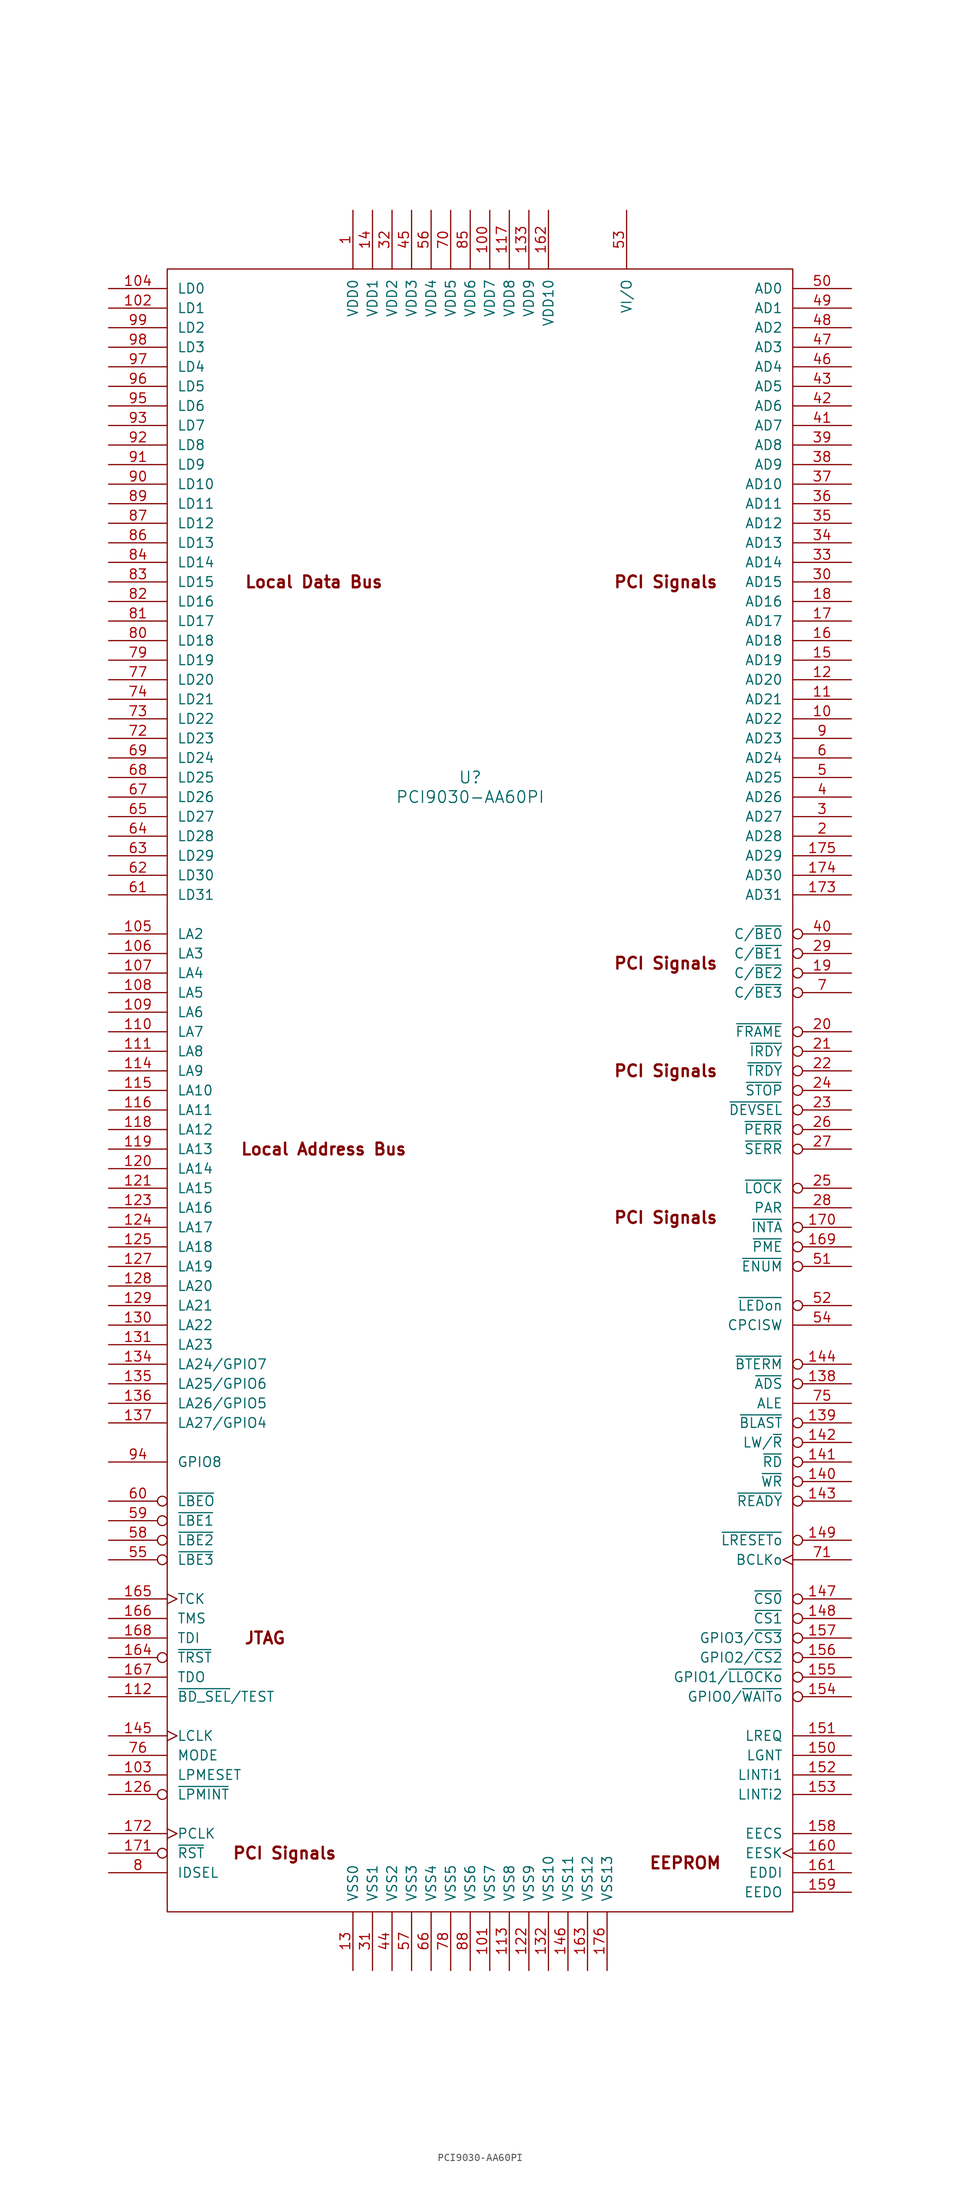
<source format=kicad_sym>
(kicad_symbol_lib
  (version 20230620)
  (generator kicad_symbol_editor)
  (symbol "PCI9030-AA60PI"
    (pin_names
      (offset 1.27))
    (property "Reference" "U"
      (at 46.99 -63.5 0)
      (effects (font (size 1.524 1.524))))
    (property "Value" "PCI9030-AA60PI"
      (at 46.99 -66.04 0)
      (effects (font (size 1.524 1.524))))
    (symbol "PCI9030-AA60PI_0_0"
      (text "EEPROM" (at 74.93 -204.47 0) (effects (font (size 1.524 1.524) bold)))
      (text "JTAG" (at 20.32 -175.26 0) (effects (font (size 1.524 1.524) bold)))
      (text "Local Address Bus" (at 27.94 -111.76 0) (effects (font (size 1.524 1.524) bold)))
      (text "Local Data Bus" (at 26.67 -38.1 0) (effects (font (size 1.524 1.524) bold)))
      (text "PCI Signals" (at 22.86 -203.2 0) (effects (font (size 1.524 1.524) bold)))
      (text "PCI Signals" (at 72.39 -120.65 0) (effects (font (size 1.524 1.524) bold)))
      (text "PCI Signals" (at 72.39 -101.6 0) (effects (font (size 1.524 1.524) bold)))
      (text "PCI Signals" (at 72.39 -87.63 0) (effects (font (size 1.524 1.524) bold)))
      (text "PCI Signals" (at 72.39 -38.1 0) (effects (font (size 1.524 1.524) bold))))
    (symbol "PCI9030-AA60PI_0_1"
      (rectangle (start 7.62 2.54) (end 88.9 -210.82) (stroke (width 0) (type default)) (fill (type none)))
      (rectangle (start 88.9 -210.82) (end 88.9 -210.82) (stroke (width 0) (type default)) (fill (type none))))
    (symbol "PCI9030-AA60PI_1_1"
      (pin power_in line (at 31.75 10.16 270) (length 7.62) (name "VDD0" (effects (font (size 1.27 1.27)))) (number "1" (effects (font (size 1.27 1.27)))))
      (pin bidirectional line (at 96.52 -55.88 180) (length 7.62) (name "AD22" (effects (font (size 1.27 1.27)))) (number "10" (effects (font (size 1.27 1.27)))))
      (pin power_in line (at 49.53 10.16 270) (length 7.62) (name "VDD7" (effects (font (size 1.27 1.27)))) (number "100" (effects (font (size 1.27 1.27)))))
      (pin power_in line (at 49.53 -218.44 90) (length 7.62) (name "VSS7" (effects (font (size 1.27 1.27)))) (number "101" (effects (font (size 1.27 1.27)))))
      (pin bidirectional line (at 0 -2.54 0) (length 7.62) (name "LD1" (effects (font (size 1.27 1.27)))) (number "102" (effects (font (size 1.27 1.27)))))
      (pin input line (at 0 -193.04 0) (length 7.62) (name "LPMESET" (effects (font (size 1.27 1.27)))) (number "103" (effects (font (size 1.27 1.27)))))
      (pin bidirectional line (at 0 0 0) (length 7.62) (name "LD0" (effects (font (size 1.27 1.27)))) (number "104" (effects (font (size 1.27 1.27)))))
      (pin output line (at 0 -83.82 0) (length 7.62) (name "LA2" (effects (font (size 1.27 1.27)))) (number "105" (effects (font (size 1.27 1.27)))))
      (pin output line (at 0 -86.36 0) (length 7.62) (name "LA3" (effects (font (size 1.27 1.27)))) (number "106" (effects (font (size 1.27 1.27)))))
      (pin output line (at 0 -88.9 0) (length 7.62) (name "LA4" (effects (font (size 1.27 1.27)))) (number "107" (effects (font (size 1.27 1.27)))))
      (pin output line (at 0 -91.44 0) (length 7.62) (name "LA5" (effects (font (size 1.27 1.27)))) (number "108" (effects (font (size 1.27 1.27)))))
      (pin output line (at 0 -93.98 0) (length 7.62) (name "LA6" (effects (font (size 1.27 1.27)))) (number "109" (effects (font (size 1.27 1.27)))))
      (pin bidirectional line (at 96.52 -53.34 180) (length 7.62) (name "AD21" (effects (font (size 1.27 1.27)))) (number "11" (effects (font (size 1.27 1.27)))))
      (pin output line (at 0 -96.52 0) (length 7.62) (name "LA7" (effects (font (size 1.27 1.27)))) (number "110" (effects (font (size 1.27 1.27)))))
      (pin output line (at 0 -99.06 0) (length 7.62) (name "LA8" (effects (font (size 1.27 1.27)))) (number "111" (effects (font (size 1.27 1.27)))))
      (pin input line (at 0 -182.88 0) (length 7.62) (name "~{BD_SEL}/TEST" (effects (font (size 1.27 1.27)))) (number "112" (effects (font (size 1.27 1.27)))))
      (pin power_in line (at 52.07 -218.44 90) (length 7.62) (name "VSS8" (effects (font (size 1.27 1.27)))) (number "113" (effects (font (size 1.27 1.27)))))
      (pin output line (at 0 -101.6 0) (length 7.62) (name "LA9" (effects (font (size 1.27 1.27)))) (number "114" (effects (font (size 1.27 1.27)))))
      (pin output line (at 0 -104.14 0) (length 7.62) (name "LA10" (effects (font (size 1.27 1.27)))) (number "115" (effects (font (size 1.27 1.27)))))
      (pin output line (at 0 -106.68 0) (length 7.62) (name "LA11" (effects (font (size 1.27 1.27)))) (number "116" (effects (font (size 1.27 1.27)))))
      (pin power_in line (at 52.07 10.16 270) (length 7.62) (name "VDD8" (effects (font (size 1.27 1.27)))) (number "117" (effects (font (size 1.27 1.27)))))
      (pin output line (at 0 -109.22 0) (length 7.62) (name "LA12" (effects (font (size 1.27 1.27)))) (number "118" (effects (font (size 1.27 1.27)))))
      (pin output line (at 0 -111.76 0) (length 7.62) (name "LA13" (effects (font (size 1.27 1.27)))) (number "119" (effects (font (size 1.27 1.27)))))
      (pin bidirectional line (at 96.52 -50.8 180) (length 7.62) (name "AD20" (effects (font (size 1.27 1.27)))) (number "12" (effects (font (size 1.27 1.27)))))
      (pin output line (at 0 -114.3 0) (length 7.62) (name "LA14" (effects (font (size 1.27 1.27)))) (number "120" (effects (font (size 1.27 1.27)))))
      (pin output line (at 0 -116.84 0) (length 7.62) (name "LA15" (effects (font (size 1.27 1.27)))) (number "121" (effects (font (size 1.27 1.27)))))
      (pin power_in line (at 54.61 -218.44 90) (length 7.62) (name "VSS9" (effects (font (size 1.27 1.27)))) (number "122" (effects (font (size 1.27 1.27)))))
      (pin output line (at 0 -119.38 0) (length 7.62) (name "LA16" (effects (font (size 1.27 1.27)))) (number "123" (effects (font (size 1.27 1.27)))))
      (pin output line (at 0 -121.92 0) (length 7.62) (name "LA17" (effects (font (size 1.27 1.27)))) (number "124" (effects (font (size 1.27 1.27)))))
      (pin output line (at 0 -124.46 0) (length 7.62) (name "LA18" (effects (font (size 1.27 1.27)))) (number "125" (effects (font (size 1.27 1.27)))))
      (pin output inverted (at 0 -195.58 0) (length 7.62) (name "~{LPMINT}" (effects (font (size 1.27 1.27)))) (number "126" (effects (font (size 1.27 1.27)))))
      (pin output line (at 0 -127 0) (length 7.62) (name "LA19" (effects (font (size 1.27 1.27)))) (number "127" (effects (font (size 1.27 1.27)))))
      (pin output line (at 0 -129.54 0) (length 7.62) (name "LA20" (effects (font (size 1.27 1.27)))) (number "128" (effects (font (size 1.27 1.27)))))
      (pin output line (at 0 -132.08 0) (length 7.62) (name "LA21" (effects (font (size 1.27 1.27)))) (number "129" (effects (font (size 1.27 1.27)))))
      (pin power_in line (at 31.75 -218.44 90) (length 7.62) (name "VSS0" (effects (font (size 1.27 1.27)))) (number "13" (effects (font (size 1.27 1.27)))))
      (pin output line (at 0 -134.62 0) (length 7.62) (name "LA22" (effects (font (size 1.27 1.27)))) (number "130" (effects (font (size 1.27 1.27)))))
      (pin output line (at 0 -137.16 0) (length 7.62) (name "LA23" (effects (font (size 1.27 1.27)))) (number "131" (effects (font (size 1.27 1.27)))))
      (pin power_in line (at 57.15 -218.44 90) (length 7.62) (name "VSS10" (effects (font (size 1.27 1.27)))) (number "132" (effects (font (size 1.27 1.27)))))
      (pin power_in line (at 54.61 10.16 270) (length 7.62) (name "VDD9" (effects (font (size 1.27 1.27)))) (number "133" (effects (font (size 1.27 1.27)))))
      (pin output line (at 0 -139.7 0) (length 7.62) (name "LA24/GPIO7" (effects (font (size 1.27 1.27)))) (number "134" (effects (font (size 1.27 1.27)))))
      (pin output line (at 0 -142.24 0) (length 7.62) (name "LA25/GPIO6" (effects (font (size 1.27 1.27)))) (number "135" (effects (font (size 1.27 1.27)))))
      (pin output line (at 0 -144.78 0) (length 7.62) (name "LA26/GPIO5" (effects (font (size 1.27 1.27)))) (number "136" (effects (font (size 1.27 1.27)))))
      (pin output line (at 0 -147.32 0) (length 7.62) (name "LA27/GPIO4" (effects (font (size 1.27 1.27)))) (number "137" (effects (font (size 1.27 1.27)))))
      (pin output inverted (at 96.52 -142.24 180) (length 7.62) (name "~{ADS}" (effects (font (size 1.27 1.27)))) (number "138" (effects (font (size 1.27 1.27)))))
      (pin output inverted (at 96.52 -147.32 180) (length 7.62) (name "~{BLAST}" (effects (font (size 1.27 1.27)))) (number "139" (effects (font (size 1.27 1.27)))))
      (pin power_in line (at 34.29 10.16 270) (length 7.62) (name "VDD1" (effects (font (size 1.27 1.27)))) (number "14" (effects (font (size 1.27 1.27)))))
      (pin output inverted (at 96.52 -154.94 180) (length 7.62) (name "~{WR}" (effects (font (size 1.27 1.27)))) (number "140" (effects (font (size 1.27 1.27)))))
      (pin output inverted (at 96.52 -152.4 180) (length 7.62) (name "~{RD}" (effects (font (size 1.27 1.27)))) (number "141" (effects (font (size 1.27 1.27)))))
      (pin output inverted (at 96.52 -149.86 180) (length 7.62) (name "LW/~{R}" (effects (font (size 1.27 1.27)))) (number "142" (effects (font (size 1.27 1.27)))))
      (pin input inverted (at 96.52 -157.48 180) (length 7.62) (name "~{READY}" (effects (font (size 1.27 1.27)))) (number "143" (effects (font (size 1.27 1.27)))))
      (pin input inverted (at 96.52 -139.7 180) (length 7.62) (name "~{BTERM}" (effects (font (size 1.27 1.27)))) (number "144" (effects (font (size 1.27 1.27)))))
      (pin input clock (at 0 -187.96 0) (length 7.62) (name "LCLK" (effects (font (size 1.27 1.27)))) (number "145" (effects (font (size 1.27 1.27)))))
      (pin power_in line (at 59.69 -218.44 90) (length 7.62) (name "VSS11" (effects (font (size 1.27 1.27)))) (number "146" (effects (font (size 1.27 1.27)))))
      (pin output inverted (at 96.52 -170.18 180) (length 7.62) (name "~{CS0}" (effects (font (size 1.27 1.27)))) (number "147" (effects (font (size 1.27 1.27)))))
      (pin output inverted (at 96.52 -172.72 180) (length 7.62) (name "~{CS1}" (effects (font (size 1.27 1.27)))) (number "148" (effects (font (size 1.27 1.27)))))
      (pin output inverted (at 96.52 -162.56 180) (length 7.62) (name "~{LRESETo}" (effects (font (size 1.27 1.27)))) (number "149" (effects (font (size 1.27 1.27)))))
      (pin bidirectional line (at 96.52 -48.26 180) (length 7.62) (name "AD19" (effects (font (size 1.27 1.27)))) (number "15" (effects (font (size 1.27 1.27)))))
      (pin output line (at 96.52 -190.5 180) (length 7.62) (name "LGNT" (effects (font (size 1.27 1.27)))) (number "150" (effects (font (size 1.27 1.27)))))
      (pin input line (at 96.52 -187.96 180) (length 7.62) (name "LREQ" (effects (font (size 1.27 1.27)))) (number "151" (effects (font (size 1.27 1.27)))))
      (pin input line (at 96.52 -193.04 180) (length 7.62) (name "LINTi1" (effects (font (size 1.27 1.27)))) (number "152" (effects (font (size 1.27 1.27)))))
      (pin input line (at 96.52 -195.58 180) (length 7.62) (name "LINTi2" (effects (font (size 1.27 1.27)))) (number "153" (effects (font (size 1.27 1.27)))))
      (pin bidirectional inverted (at 96.52 -182.88 180) (length 7.62) (name "GPIO0/~{WAITo}" (effects (font (size 1.27 1.27)))) (number "154" (effects (font (size 1.27 1.27)))))
      (pin bidirectional inverted (at 96.52 -180.34 180) (length 7.62) (name "GPIO1/~{LLOCKo}" (effects (font (size 1.27 1.27)))) (number "155" (effects (font (size 1.27 1.27)))))
      (pin bidirectional inverted (at 96.52 -177.8 180) (length 7.62) (name "GPIO2/~{CS2}" (effects (font (size 1.27 1.27)))) (number "156" (effects (font (size 1.27 1.27)))))
      (pin bidirectional inverted (at 96.52 -175.26 180) (length 7.62) (name "GPIO3/~{CS3}" (effects (font (size 1.27 1.27)))) (number "157" (effects (font (size 1.27 1.27)))))
      (pin output line (at 96.52 -200.66 180) (length 7.62) (name "EECS" (effects (font (size 1.27 1.27)))) (number "158" (effects (font (size 1.27 1.27)))))
      (pin input line (at 96.52 -208.28 180) (length 7.62) (name "EEDO" (effects (font (size 1.27 1.27)))) (number "159" (effects (font (size 1.27 1.27)))))
      (pin bidirectional line (at 96.52 -45.72 180) (length 7.62) (name "AD18" (effects (font (size 1.27 1.27)))) (number "16" (effects (font (size 1.27 1.27)))))
      (pin output clock (at 96.52 -203.2 180) (length 7.62) (name "EESK" (effects (font (size 1.27 1.27)))) (number "160" (effects (font (size 1.27 1.27)))))
      (pin output line (at 96.52 -205.74 180) (length 7.62) (name "EDDI" (effects (font (size 1.27 1.27)))) (number "161" (effects (font (size 1.27 1.27)))))
      (pin power_in line (at 57.15 10.16 270) (length 7.62) (name "VDD10" (effects (font (size 1.27 1.27)))) (number "162" (effects (font (size 1.27 1.27)))))
      (pin power_in line (at 62.23 -218.44 90) (length 7.62) (name "VSS12" (effects (font (size 1.27 1.27)))) (number "163" (effects (font (size 1.27 1.27)))))
      (pin input inverted (at 0 -177.8 0) (length 7.62) (name "~{TRST}" (effects (font (size 1.27 1.27)))) (number "164" (effects (font (size 1.27 1.27)))))
      (pin input clock (at 0 -170.18 0) (length 7.62) (name "TCK" (effects (font (size 1.27 1.27)))) (number "165" (effects (font (size 1.27 1.27)))))
      (pin input line (at 0 -172.72 0) (length 7.62) (name "TMS" (effects (font (size 1.27 1.27)))) (number "166" (effects (font (size 1.27 1.27)))))
      (pin output line (at 0 -180.34 0) (length 7.62) (name "TDO" (effects (font (size 1.27 1.27)))) (number "167" (effects (font (size 1.27 1.27)))))
      (pin input line (at 0 -175.26 0) (length 7.62) (name "TDI" (effects (font (size 1.27 1.27)))) (number "168" (effects (font (size 1.27 1.27)))))
      (pin output inverted (at 96.52 -124.46 180) (length 7.62) (name "~{PME}" (effects (font (size 1.27 1.27)))) (number "169" (effects (font (size 1.27 1.27)))))
      (pin bidirectional line (at 96.52 -43.18 180) (length 7.62) (name "AD17" (effects (font (size 1.27 1.27)))) (number "17" (effects (font (size 1.27 1.27)))))
      (pin output inverted (at 96.52 -121.92 180) (length 7.62) (name "~{INTA}" (effects (font (size 1.27 1.27)))) (number "170" (effects (font (size 1.27 1.27)))))
      (pin input inverted (at 0 -203.2 0) (length 7.62) (name "~{RST}" (effects (font (size 1.27 1.27)))) (number "171" (effects (font (size 1.27 1.27)))))
      (pin input clock (at 0 -200.66 0) (length 7.62) (name "PCLK" (effects (font (size 1.27 1.27)))) (number "172" (effects (font (size 1.27 1.27)))))
      (pin bidirectional line (at 96.52 -78.74 180) (length 7.62) (name "AD31" (effects (font (size 1.27 1.27)))) (number "173" (effects (font (size 1.27 1.27)))))
      (pin bidirectional line (at 96.52 -76.2 180) (length 7.62) (name "AD30" (effects (font (size 1.27 1.27)))) (number "174" (effects (font (size 1.27 1.27)))))
      (pin bidirectional line (at 96.52 -73.66 180) (length 7.62) (name "AD29" (effects (font (size 1.27 1.27)))) (number "175" (effects (font (size 1.27 1.27)))))
      (pin power_in line (at 64.77 -218.44 90) (length 7.62) (name "VSS13" (effects (font (size 1.27 1.27)))) (number "176" (effects (font (size 1.27 1.27)))))
      (pin bidirectional line (at 96.52 -40.64 180) (length 7.62) (name "AD16" (effects (font (size 1.27 1.27)))) (number "18" (effects (font (size 1.27 1.27)))))
      (pin input inverted (at 96.52 -88.9 180) (length 7.62) (name "C/~{BE2}" (effects (font (size 1.27 1.27)))) (number "19" (effects (font (size 1.27 1.27)))))
      (pin bidirectional line (at 96.52 -71.12 180) (length 7.62) (name "AD28" (effects (font (size 1.27 1.27)))) (number "2" (effects (font (size 1.27 1.27)))))
      (pin input inverted (at 96.52 -96.52 180) (length 7.62) (name "~{FRAME}" (effects (font (size 1.27 1.27)))) (number "20" (effects (font (size 1.27 1.27)))))
      (pin input inverted (at 96.52 -99.06 180) (length 7.62) (name "~{IRDY}" (effects (font (size 1.27 1.27)))) (number "21" (effects (font (size 1.27 1.27)))))
      (pin output inverted (at 96.52 -101.6 180) (length 7.62) (name "~{TRDY}" (effects (font (size 1.27 1.27)))) (number "22" (effects (font (size 1.27 1.27)))))
      (pin output inverted (at 96.52 -106.68 180) (length 7.62) (name "~{DEVSEL}" (effects (font (size 1.27 1.27)))) (number "23" (effects (font (size 1.27 1.27)))))
      (pin output inverted (at 96.52 -104.14 180) (length 7.62) (name "~{STOP}" (effects (font (size 1.27 1.27)))) (number "24" (effects (font (size 1.27 1.27)))))
      (pin input inverted (at 96.52 -116.84 180) (length 7.62) (name "~{LOCK}" (effects (font (size 1.27 1.27)))) (number "25" (effects (font (size 1.27 1.27)))))
      (pin output inverted (at 96.52 -109.22 180) (length 7.62) (name "~{PERR}" (effects (font (size 1.27 1.27)))) (number "26" (effects (font (size 1.27 1.27)))))
      (pin output inverted (at 96.52 -111.76 180) (length 7.62) (name "~{SERR}" (effects (font (size 1.27 1.27)))) (number "27" (effects (font (size 1.27 1.27)))))
      (pin bidirectional line (at 96.52 -119.38 180) (length 7.62) (name "PAR" (effects (font (size 1.27 1.27)))) (number "28" (effects (font (size 1.27 1.27)))))
      (pin input inverted (at 96.52 -86.36 180) (length 7.62) (name "C/~{BE1}" (effects (font (size 1.27 1.27)))) (number "29" (effects (font (size 1.27 1.27)))))
      (pin bidirectional line (at 96.52 -68.58 180) (length 7.62) (name "AD27" (effects (font (size 1.27 1.27)))) (number "3" (effects (font (size 1.27 1.27)))))
      (pin bidirectional line (at 96.52 -38.1 180) (length 7.62) (name "AD15" (effects (font (size 1.27 1.27)))) (number "30" (effects (font (size 1.27 1.27)))))
      (pin power_in line (at 34.29 -218.44 90) (length 7.62) (name "VSS1" (effects (font (size 1.27 1.27)))) (number "31" (effects (font (size 1.27 1.27)))))
      (pin power_in line (at 36.83 10.16 270) (length 7.62) (name "VDD2" (effects (font (size 1.27 1.27)))) (number "32" (effects (font (size 1.27 1.27)))))
      (pin bidirectional line (at 96.52 -35.56 180) (length 7.62) (name "AD14" (effects (font (size 1.27 1.27)))) (number "33" (effects (font (size 1.27 1.27)))))
      (pin bidirectional line (at 96.52 -33.02 180) (length 7.62) (name "AD13" (effects (font (size 1.27 1.27)))) (number "34" (effects (font (size 1.27 1.27)))))
      (pin bidirectional line (at 96.52 -30.48 180) (length 7.62) (name "AD12" (effects (font (size 1.27 1.27)))) (number "35" (effects (font (size 1.27 1.27)))))
      (pin bidirectional line (at 96.52 -27.94 180) (length 7.62) (name "AD11" (effects (font (size 1.27 1.27)))) (number "36" (effects (font (size 1.27 1.27)))))
      (pin bidirectional line (at 96.52 -25.4 180) (length 7.62) (name "AD10" (effects (font (size 1.27 1.27)))) (number "37" (effects (font (size 1.27 1.27)))))
      (pin bidirectional line (at 96.52 -22.86 180) (length 7.62) (name "AD9" (effects (font (size 1.27 1.27)))) (number "38" (effects (font (size 1.27 1.27)))))
      (pin bidirectional line (at 96.52 -20.32 180) (length 7.62) (name "AD8" (effects (font (size 1.27 1.27)))) (number "39" (effects (font (size 1.27 1.27)))))
      (pin bidirectional line (at 96.52 -66.04 180) (length 7.62) (name "AD26" (effects (font (size 1.27 1.27)))) (number "4" (effects (font (size 1.27 1.27)))))
      (pin input inverted (at 96.52 -83.82 180) (length 7.62) (name "C/~{BE0}" (effects (font (size 1.27 1.27)))) (number "40" (effects (font (size 1.27 1.27)))))
      (pin bidirectional line (at 96.52 -17.78 180) (length 7.62) (name "AD7" (effects (font (size 1.27 1.27)))) (number "41" (effects (font (size 1.27 1.27)))))
      (pin bidirectional line (at 96.52 -15.24 180) (length 7.62) (name "AD6" (effects (font (size 1.27 1.27)))) (number "42" (effects (font (size 1.27 1.27)))))
      (pin bidirectional line (at 96.52 -12.7 180) (length 7.62) (name "AD5" (effects (font (size 1.27 1.27)))) (number "43" (effects (font (size 1.27 1.27)))))
      (pin power_in line (at 36.83 -218.44 90) (length 7.62) (name "VSS2" (effects (font (size 1.27 1.27)))) (number "44" (effects (font (size 1.27 1.27)))))
      (pin power_in line (at 39.37 10.16 270) (length 7.62) (name "VDD3" (effects (font (size 1.27 1.27)))) (number "45" (effects (font (size 1.27 1.27)))))
      (pin bidirectional line (at 96.52 -10.16 180) (length 7.62) (name "AD4" (effects (font (size 1.27 1.27)))) (number "46" (effects (font (size 1.27 1.27)))))
      (pin bidirectional line (at 96.52 -7.62 180) (length 7.62) (name "AD3" (effects (font (size 1.27 1.27)))) (number "47" (effects (font (size 1.27 1.27)))))
      (pin bidirectional line (at 96.52 -5.08 180) (length 7.62) (name "AD2" (effects (font (size 1.27 1.27)))) (number "48" (effects (font (size 1.27 1.27)))))
      (pin bidirectional line (at 96.52 -2.54 180) (length 7.62) (name "AD1" (effects (font (size 1.27 1.27)))) (number "49" (effects (font (size 1.27 1.27)))))
      (pin bidirectional line (at 96.52 -63.5 180) (length 7.62) (name "AD25" (effects (font (size 1.27 1.27)))) (number "5" (effects (font (size 1.27 1.27)))))
      (pin bidirectional line (at 96.52 0 180) (length 7.62) (name "AD0" (effects (font (size 1.27 1.27)))) (number "50" (effects (font (size 1.27 1.27)))))
      (pin output inverted (at 96.52 -127 180) (length 7.62) (name "~{ENUM}" (effects (font (size 1.27 1.27)))) (number "51" (effects (font (size 1.27 1.27)))))
      (pin output inverted (at 96.52 -132.08 180) (length 7.62) (name "~{LEDon}" (effects (font (size 1.27 1.27)))) (number "52" (effects (font (size 1.27 1.27)))))
      (pin power_in line (at 67.31 10.16 270) (length 7.62) (name "VI/O" (effects (font (size 1.27 1.27)))) (number "53" (effects (font (size 1.27 1.27)))))
      (pin input line (at 96.52 -134.62 180) (length 7.62) (name "CPCISW" (effects (font (size 1.27 1.27)))) (number "54" (effects (font (size 1.27 1.27)))))
      (pin output inverted (at 0 -165.1 0) (length 7.62) (name "~{LBE3}" (effects (font (size 1.27 1.27)))) (number "55" (effects (font (size 1.27 1.27)))))
      (pin power_in line (at 41.91 10.16 270) (length 7.62) (name "VDD4" (effects (font (size 1.27 1.27)))) (number "56" (effects (font (size 1.27 1.27)))))
      (pin power_in line (at 39.37 -218.44 90) (length 7.62) (name "VSS3" (effects (font (size 1.27 1.27)))) (number "57" (effects (font (size 1.27 1.27)))))
      (pin output inverted (at 0 -162.56 0) (length 7.62) (name "~{LBE2}" (effects (font (size 1.27 1.27)))) (number "58" (effects (font (size 1.27 1.27)))))
      (pin output inverted (at 0 -160.02 0) (length 7.62) (name "~{LBE1}" (effects (font (size 1.27 1.27)))) (number "59" (effects (font (size 1.27 1.27)))))
      (pin bidirectional line (at 96.52 -60.96 180) (length 7.62) (name "AD24" (effects (font (size 1.27 1.27)))) (number "6" (effects (font (size 1.27 1.27)))))
      (pin output inverted (at 0 -157.48 0) (length 7.62) (name "~{LBEO}" (effects (font (size 1.27 1.27)))) (number "60" (effects (font (size 1.27 1.27)))))
      (pin bidirectional line (at 0 -78.74 0) (length 7.62) (name "LD31" (effects (font (size 1.27 1.27)))) (number "61" (effects (font (size 1.27 1.27)))))
      (pin bidirectional line (at 0 -76.2 0) (length 7.62) (name "LD30" (effects (font (size 1.27 1.27)))) (number "62" (effects (font (size 1.27 1.27)))))
      (pin bidirectional line (at 0 -73.66 0) (length 7.62) (name "LD29" (effects (font (size 1.27 1.27)))) (number "63" (effects (font (size 1.27 1.27)))))
      (pin bidirectional line (at 0 -71.12 0) (length 7.62) (name "LD28" (effects (font (size 1.27 1.27)))) (number "64" (effects (font (size 1.27 1.27)))))
      (pin bidirectional line (at 0 -68.58 0) (length 7.62) (name "LD27" (effects (font (size 1.27 1.27)))) (number "65" (effects (font (size 1.27 1.27)))))
      (pin power_in line (at 41.91 -218.44 90) (length 7.62) (name "VSS4" (effects (font (size 1.27 1.27)))) (number "66" (effects (font (size 1.27 1.27)))))
      (pin bidirectional line (at 0 -66.04 0) (length 7.62) (name "LD26" (effects (font (size 1.27 1.27)))) (number "67" (effects (font (size 1.27 1.27)))))
      (pin bidirectional line (at 0 -63.5 0) (length 7.62) (name "LD25" (effects (font (size 1.27 1.27)))) (number "68" (effects (font (size 1.27 1.27)))))
      (pin bidirectional line (at 0 -60.96 0) (length 7.62) (name "LD24" (effects (font (size 1.27 1.27)))) (number "69" (effects (font (size 1.27 1.27)))))
      (pin input inverted (at 96.52 -91.44 180) (length 7.62) (name "C/~{BE3}" (effects (font (size 1.27 1.27)))) (number "7" (effects (font (size 1.27 1.27)))))
      (pin power_in line (at 44.45 10.16 270) (length 7.62) (name "VDD5" (effects (font (size 1.27 1.27)))) (number "70" (effects (font (size 1.27 1.27)))))
      (pin output clock (at 96.52 -165.1 180) (length 7.62) (name "BCLKo" (effects (font (size 1.27 1.27)))) (number "71" (effects (font (size 1.27 1.27)))))
      (pin bidirectional line (at 0 -58.42 0) (length 7.62) (name "LD23" (effects (font (size 1.27 1.27)))) (number "72" (effects (font (size 1.27 1.27)))))
      (pin bidirectional line (at 0 -55.88 0) (length 7.62) (name "LD22" (effects (font (size 1.27 1.27)))) (number "73" (effects (font (size 1.27 1.27)))))
      (pin bidirectional line (at 0 -53.34 0) (length 7.62) (name "LD21" (effects (font (size 1.27 1.27)))) (number "74" (effects (font (size 1.27 1.27)))))
      (pin output line (at 96.52 -144.78 180) (length 7.62) (name "ALE" (effects (font (size 1.27 1.27)))) (number "75" (effects (font (size 1.27 1.27)))))
      (pin input line (at 0 -190.5 0) (length 7.62) (name "MODE" (effects (font (size 1.27 1.27)))) (number "76" (effects (font (size 1.27 1.27)))))
      (pin bidirectional line (at 0 -50.8 0) (length 7.62) (name "LD20" (effects (font (size 1.27 1.27)))) (number "77" (effects (font (size 1.27 1.27)))))
      (pin power_in line (at 44.45 -218.44 90) (length 7.62) (name "VSS5" (effects (font (size 1.27 1.27)))) (number "78" (effects (font (size 1.27 1.27)))))
      (pin bidirectional line (at 0 -48.26 0) (length 7.62) (name "LD19" (effects (font (size 1.27 1.27)))) (number "79" (effects (font (size 1.27 1.27)))))
      (pin input line (at 0 -205.74 0) (length 7.62) (name "IDSEL" (effects (font (size 1.27 1.27)))) (number "8" (effects (font (size 1.27 1.27)))))
      (pin bidirectional line (at 0 -45.72 0) (length 7.62) (name "LD18" (effects (font (size 1.27 1.27)))) (number "80" (effects (font (size 1.27 1.27)))))
      (pin bidirectional line (at 0 -43.18 0) (length 7.62) (name "LD17" (effects (font (size 1.27 1.27)))) (number "81" (effects (font (size 1.27 1.27)))))
      (pin bidirectional line (at 0 -40.64 0) (length 7.62) (name "LD16" (effects (font (size 1.27 1.27)))) (number "82" (effects (font (size 1.27 1.27)))))
      (pin bidirectional line (at 0 -38.1 0) (length 7.62) (name "LD15" (effects (font (size 1.27 1.27)))) (number "83" (effects (font (size 1.27 1.27)))))
      (pin bidirectional line (at 0 -35.56 0) (length 7.62) (name "LD14" (effects (font (size 1.27 1.27)))) (number "84" (effects (font (size 1.27 1.27)))))
      (pin power_in line (at 46.99 10.16 270) (length 7.62) (name "VDD6" (effects (font (size 1.27 1.27)))) (number "85" (effects (font (size 1.27 1.27)))))
      (pin bidirectional line (at 0 -33.02 0) (length 7.62) (name "LD13" (effects (font (size 1.27 1.27)))) (number "86" (effects (font (size 1.27 1.27)))))
      (pin bidirectional line (at 0 -30.48 0) (length 7.62) (name "LD12" (effects (font (size 1.27 1.27)))) (number "87" (effects (font (size 1.27 1.27)))))
      (pin power_in line (at 46.99 -218.44 90) (length 7.62) (name "VSS6" (effects (font (size 1.27 1.27)))) (number "88" (effects (font (size 1.27 1.27)))))
      (pin bidirectional line (at 0 -27.94 0) (length 7.62) (name "LD11" (effects (font (size 1.27 1.27)))) (number "89" (effects (font (size 1.27 1.27)))))
      (pin bidirectional line (at 96.52 -58.42 180) (length 7.62) (name "AD23" (effects (font (size 1.27 1.27)))) (number "9" (effects (font (size 1.27 1.27)))))
      (pin bidirectional line (at 0 -25.4 0) (length 7.62) (name "LD10" (effects (font (size 1.27 1.27)))) (number "90" (effects (font (size 1.27 1.27)))))
      (pin bidirectional line (at 0 -22.86 0) (length 7.62) (name "LD9" (effects (font (size 1.27 1.27)))) (number "91" (effects (font (size 1.27 1.27)))))
      (pin bidirectional line (at 0 -20.32 0) (length 7.62) (name "LD8" (effects (font (size 1.27 1.27)))) (number "92" (effects (font (size 1.27 1.27)))))
      (pin bidirectional line (at 0 -17.78 0) (length 7.62) (name "LD7" (effects (font (size 1.27 1.27)))) (number "93" (effects (font (size 1.27 1.27)))))
      (pin bidirectional line (at 0 -152.4 0) (length 7.62) (name "GPIO8" (effects (font (size 1.27 1.27)))) (number "94" (effects (font (size 1.27 1.27)))))
      (pin bidirectional line (at 0 -15.24 0) (length 7.62) (name "LD6" (effects (font (size 1.27 1.27)))) (number "95" (effects (font (size 1.27 1.27)))))
      (pin bidirectional line (at 0 -12.7 0) (length 7.62) (name "LD5" (effects (font (size 1.27 1.27)))) (number "96" (effects (font (size 1.27 1.27)))))
      (pin bidirectional line (at 0 -10.16 0) (length 7.62) (name "LD4" (effects (font (size 1.27 1.27)))) (number "97" (effects (font (size 1.27 1.27)))))
      (pin bidirectional line (at 0 -7.62 0) (length 7.62) (name "LD3" (effects (font (size 1.27 1.27)))) (number "98" (effects (font (size 1.27 1.27)))))
      (pin bidirectional line (at 0 -5.08 0) (length 7.62) (name "LD2" (effects (font (size 1.27 1.27)))) (number "99" (effects (font (size 1.27 1.27))))))))
</source>
